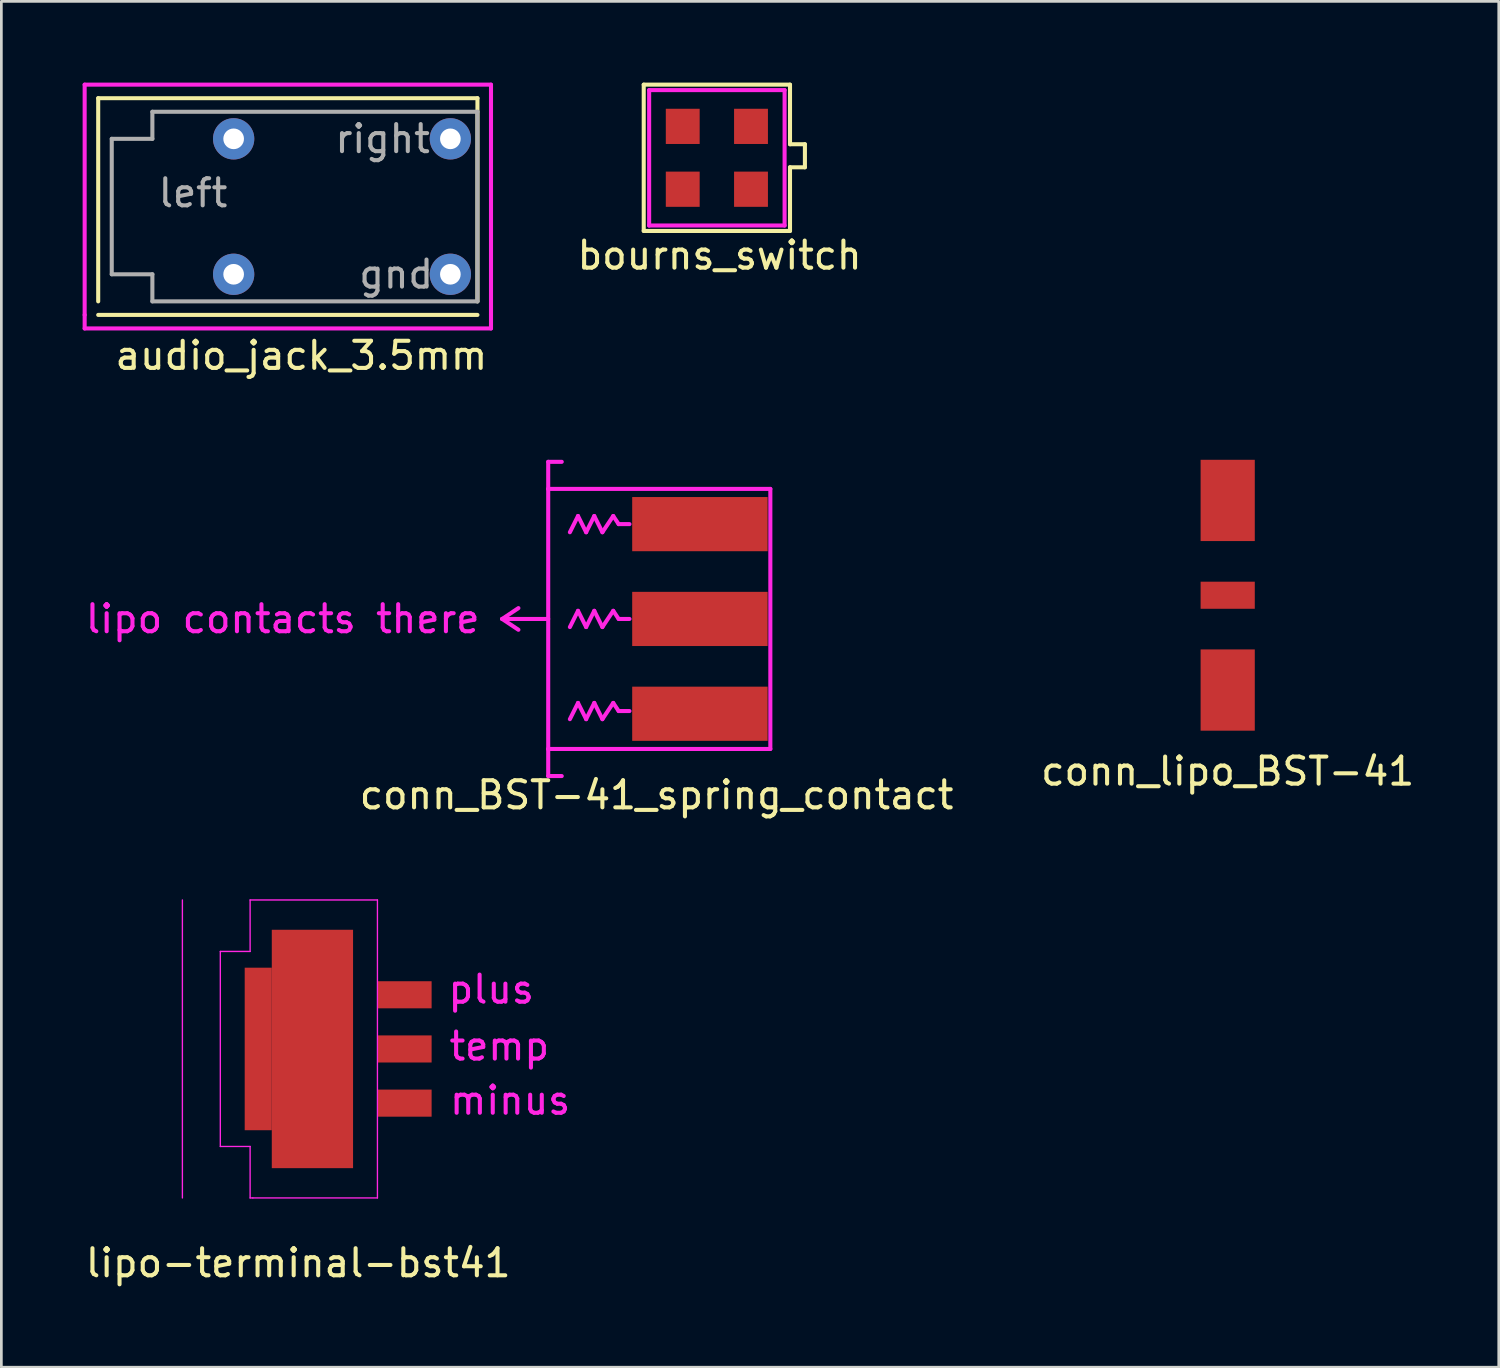
<source format=kicad_pcb>
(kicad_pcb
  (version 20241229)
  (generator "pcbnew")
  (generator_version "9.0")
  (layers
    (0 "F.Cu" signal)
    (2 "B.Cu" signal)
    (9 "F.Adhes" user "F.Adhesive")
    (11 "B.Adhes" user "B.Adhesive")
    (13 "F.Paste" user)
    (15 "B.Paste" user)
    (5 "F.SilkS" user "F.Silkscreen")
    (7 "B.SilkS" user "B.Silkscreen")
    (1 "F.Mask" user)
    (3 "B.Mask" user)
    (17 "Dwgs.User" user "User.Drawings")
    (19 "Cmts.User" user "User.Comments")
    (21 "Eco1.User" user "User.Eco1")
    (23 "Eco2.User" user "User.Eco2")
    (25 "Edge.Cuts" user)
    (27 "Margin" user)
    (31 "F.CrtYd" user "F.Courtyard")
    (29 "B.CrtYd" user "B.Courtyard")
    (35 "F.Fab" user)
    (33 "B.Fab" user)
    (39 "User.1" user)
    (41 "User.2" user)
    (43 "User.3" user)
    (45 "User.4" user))
  (footprint "audio_jack_3.5mm"
    (layer "F.Cu")
    (at 9.575 4.575)
    (property "Reference" "audio_jack_3.5mm" (at -1.5 5.5 0) (layer "F.SilkS") (effects (font (size 1 1) (thickness 0.15))))
    (attr through_hole)
    (fp_line (start -9 -4) (end -9 3.5) (stroke (width 0.15) (type solid)) (layer "F.SilkS"))
    (fp_line (start -9 4) (end 5 4) (stroke (width 0.15) (type solid)) (layer "F.SilkS"))
    (fp_line (start 5 -4) (end -9 -4) (stroke (width 0.15) (type solid)) (layer "F.SilkS"))
    (fp_line (start 5 3.5) (end 5 -4) (stroke (width 0.15) (type solid)) (layer "F.SilkS"))
    (fp_line (start -9.5 -4.5) (end 5.5 -4.5) (stroke (width 0.15) (type solid)) (layer "F.CrtYd"))
    (fp_line (start -9.5 4) (end -9.5 -4.5) (stroke (width 0.15) (type solid)) (layer "F.CrtYd"))
    (fp_line (start -9.5 4) (end -9.5 4.5) (stroke (width 0.15) (type solid)) (layer "F.CrtYd"))
    (fp_line (start 5.5 -4.5) (end 5.5 4) (stroke (width 0.15) (type solid)) (layer "F.CrtYd"))
    (fp_line (start 5.5 4.5) (end -9.5 4.5) (stroke (width 0.15) (type solid)) (layer "F.CrtYd"))
    (fp_line (start 5.5 4.5) (end 5.5 4) (stroke (width 0.15) (type solid)) (layer "F.CrtYd"))
    (fp_line (start -8.5 -2.5) (end -7 -2.5) (stroke (width 0.15) (type solid)) (layer "F.Fab"))
    (fp_line (start -8.5 2.5) (end -8.5 -2.5) (stroke (width 0.15) (type solid)) (layer "F.Fab"))
    (fp_line (start -7 -3.5) (end 5 -3.5) (stroke (width 0.15) (type solid)) (layer "F.Fab"))
    (fp_line (start -7 -2.5) (end -7 -3.5) (stroke (width 0.15) (type solid)) (layer "F.Fab"))
    (fp_line (start -7 2.5) (end -8.5 2.5) (stroke (width 0.15) (type solid)) (layer "F.Fab"))
    (fp_line (start -7 3.5) (end -7 2.5) (stroke (width 0.15) (type solid)) (layer "F.Fab"))
    (fp_line (start 5 -3.5) (end 5 3.5) (stroke (width 0.15) (type solid)) (layer "F.Fab"))
    (fp_line (start 5 3.5) (end -7 3.5) (stroke (width 0.15) (type solid)) (layer "F.Fab"))
    (fp_text user "gnd" (at 2 2.5 0) (layer "F.Fab") (effects (font (size 1 1) (thickness 0.15))))
    (fp_text user "left" (at -5.5 -0.5 0) (layer "F.Fab") (effects (font (size 1 1) (thickness 0.15))))
    (fp_text user "right" (at 1.5 -2.5 0) (layer "F.Fab") (effects (font (size 1 1) (thickness 0.15))))
    (pad "1" thru_hole circle (at 4 2.5) (size 1.524 1.524) (drill 0.762) (layers "*.Cu" "*.Mask"))
    (pad "2" thru_hole circle (at -4 -2.5) (size 1.524 1.524) (drill 0.762) (layers "*.Cu" "*.Mask"))
    (pad "2" thru_hole circle (at -4 2.5) (size 1.524 1.524) (drill 0.762) (layers "*.Cu" "*.Mask"))
    (pad "3" thru_hole circle (at 4 -2.5) (size 1.524 1.524) (drill 0.762) (layers "*.Cu" "*.Mask")))
  (footprint "lipo-terminal-bst41"
    (layer "F.Cu")
    (at 7.983 35.672)
    (property "Reference" "lipo-terminal-bst41" (at -0.025 7.9 0) (layer "F.SilkS") (effects (font (size 1 1) (thickness 0.15))))
    (attr through_hole)
    (fp_line (start -4.3 5.5) (end -4.3 -5.5) (stroke (width 0.05) (type solid)) (layer "F.CrtYd"))
    (fp_line (start -2.9 -3.6) (end -1.8 -3.6) (stroke (width 0.05) (type solid)) (layer "F.CrtYd"))
    (fp_line (start -2.9 3.6) (end -2.9 -3.6) (stroke (width 0.05) (type solid)) (layer "F.CrtYd"))
    (fp_line (start -1.8 -5.5) (end 2.9 -5.5) (stroke (width 0.05) (type solid)) (layer "F.CrtYd"))
    (fp_line (start -1.8 -3.6) (end -1.8 -5.5) (stroke (width 0.05) (type solid)) (layer "F.CrtYd"))
    (fp_line (start -1.8 3.6) (end -2.9 3.6) (stroke (width 0.05) (type solid)) (layer "F.CrtYd"))
    (fp_line (start -1.8 5.5) (end -1.8 3.6) (stroke (width 0.05) (type solid)) (layer "F.CrtYd"))
    (fp_line (start -1.7 5.5) (end -1.8 5.5) (stroke (width 0.05) (type solid)) (layer "F.CrtYd"))
    (fp_line (start 2.9 -5.5) (end 2.9 5.5) (stroke (width 0.05) (type solid)) (layer "F.CrtYd"))
    (fp_line (start 2.9 5.5) (end -1.7 5.5) (stroke (width 0.05) (type solid)) (layer "F.CrtYd"))
    (fp_text user "temp" (at 7.4 -0.1 0) (layer "F.CrtYd") (effects (font (size 1 1) (thickness 0.15))))
    (fp_text user "minus" (at 7.8 1.9 0) (layer "F.CrtYd") (effects (font (size 1 1) (thickness 0.15))))
    (fp_text user "plus" (at 7.1 -2.2 0) (layer "F.CrtYd") (effects (font (size 1 1) (thickness 0.15))))
    (pad "" smd rect (at -1.5 0) (size 1 6) (layers "F.Cu" "F.Mask" "F.Paste"))
    (pad "" smd rect (at 0.5 0) (size 3 8.8) (layers "F.Cu" "F.Mask" "F.Paste"))
    (pad "1" smd rect (at 3.9 -2) (size 2 1) (layers "F.Cu" "F.Mask" "F.Paste"))
    (pad "2" smd rect (at 3.9 0) (size 2 1) (layers "F.Cu" "F.Mask" "F.Paste"))
    (pad "3" smd rect (at 3.9 2) (size 2 1) (layers "F.Cu" "F.Mask" "F.Paste")))
  (footprint "bourns_switch"
    (layer "F.Cu")
    (at 23.413 2.775)
    (property "Reference" "bourns_switch" (at 0.1 3.6 0) (layer "F.SilkS") (effects (font (size 1 1) (thickness 0.15))))
    (attr through_hole)
    (fp_line (start -2.7 -2.7) (end 2.7 -2.7) (stroke (width 0.15) (type solid)) (layer "F.SilkS"))
    (fp_line (start -2.7 2.7) (end -2.7 -2.7) (stroke (width 0.15) (type solid)) (layer "F.SilkS"))
    (fp_line (start 2.7 -2.7) (end 2.7 -0.5) (stroke (width 0.15) (type solid)) (layer "F.SilkS"))
    (fp_line (start 2.7 -0.5) (end 3.25 -0.5) (stroke (width 0.15) (type solid)) (layer "F.SilkS"))
    (fp_line (start 2.7 0.35) (end 2.7 2.7) (stroke (width 0.15) (type solid)) (layer "F.SilkS"))
    (fp_line (start 2.7 2.7) (end -2.7 2.7) (stroke (width 0.15) (type solid)) (layer "F.SilkS"))
    (fp_line (start 3.25 -0.5) (end 3.25 0.35) (stroke (width 0.15) (type solid)) (layer "F.SilkS"))
    (fp_line (start 3.25 0.35) (end 2.7 0.35) (stroke (width 0.15) (type solid)) (layer "F.SilkS"))
    (fp_line (start -2.5 -2.5) (end 2.5 -2.5) (stroke (width 0.15) (type solid)) (layer "F.CrtYd"))
    (fp_line (start -2.5 2.5) (end -2.5 -2.5) (stroke (width 0.15) (type solid)) (layer "F.CrtYd"))
    (fp_line (start 2.5 -2.5) (end 2.5 2.5) (stroke (width 0.15) (type solid)) (layer "F.CrtYd"))
    (fp_line (start 2.5 2.5) (end -2.5 2.5) (stroke (width 0.15) (type solid)) (layer "F.CrtYd"))
    (pad "1" smd rect (at -1.26 -1.16) (size 1.25 1.3) (layers "F.Cu" "F.Mask" "F.Paste"))
    (pad "1" smd rect (at 1.26 -1.16) (size 1.25 1.3) (layers "F.Cu" "F.Mask" "F.Paste"))
    (pad "2" smd rect (at -1.26 1.16) (size 1.25 1.3) (layers "F.Cu" "F.Mask" "F.Paste"))
    (pad "2" smd rect (at 1.26 1.16) (size 1.25 1.3) (layers "F.Cu" "F.Mask" "F.Paste")))
  (footprint "conn_lipo_BST-41"
    (layer "F.Cu")
    (at 42.27 18.923)
    (property "Reference" "conn_lipo_BST-41" (at 0 6.5 0) (layer "F.SilkS") (effects (font (size 1 1) (thickness 0.15))))
    (attr through_hole)
    (pad "1" smd rect (at 0 -3.5) (size 2 3) (layers "F.Cu" "F.Mask" "F.Paste"))
    (pad "2" smd rect (at 0 3.5) (size 2 3) (layers "F.Cu" "F.Mask" "F.Paste"))
    (pad "3" smd rect (at 0 0) (size 2 1) (layers "F.Cu" "F.Mask" "F.Paste")))
  (footprint "conn_BST-41_spring_contact"
    (layer "F.Cu")
    (at 21.187 19.798)
    (property "Reference" "conn_BST-41_spring_contact" (at 0 6.5 0) (layer "F.SilkS") (effects (font (size 1 1) (thickness 0.15))))
    (attr through_hole)
    (fp_line (start -5.7 0) (end -5.1 -0.4) (stroke (width 0.15) (type solid)) (layer "F.CrtYd"))
    (fp_line (start -5.7 0) (end -5.1 0.4) (stroke (width 0.15) (type solid)) (layer "F.CrtYd"))
    (fp_line (start -4 -5.8) (end -3.5 -5.8) (stroke (width 0.15) (type solid)) (layer "F.CrtYd"))
    (fp_line (start -4 -4.8) (end -4 -5.8) (stroke (width 0.15) (type solid)) (layer "F.CrtYd"))
    (fp_line (start -4 -4.8) (end -4 4.8) (stroke (width 0.15) (type solid)) (layer "F.CrtYd"))
    (fp_line (start -4 0) (end -5.7 0) (stroke (width 0.15) (type solid)) (layer "F.CrtYd"))
    (fp_line (start -4 4.8) (end -4 5.8) (stroke (width 0.15) (type solid)) (layer "F.CrtYd"))
    (fp_line (start -4 4.8) (end 4.2 4.8) (stroke (width 0.15) (type solid)) (layer "F.CrtYd"))
    (fp_line (start -4 5.8) (end -3.5 5.8) (stroke (width 0.15) (type solid)) (layer "F.CrtYd"))
    (fp_line (start -2.9 -3.8) (end -3.2 -3.2) (stroke (width 0.15) (type solid)) (layer "F.CrtYd"))
    (fp_line (start -2.9 -0.3) (end -3.2 0.3) (stroke (width 0.15) (type solid)) (layer "F.CrtYd"))
    (fp_line (start -2.9 3.1) (end -3.2 3.7) (stroke (width 0.15) (type solid)) (layer "F.CrtYd"))
    (fp_line (start -2.6 -3.2) (end -2.9 -3.8) (stroke (width 0.15) (type solid)) (layer "F.CrtYd"))
    (fp_line (start -2.6 0.3) (end -2.9 -0.3) (stroke (width 0.15) (type solid)) (layer "F.CrtYd"))
    (fp_line (start -2.6 3.7) (end -2.9 3.1) (stroke (width 0.15) (type solid)) (layer "F.CrtYd"))
    (fp_line (start -2.3 -3.8) (end -2.6 -3.2) (stroke (width 0.15) (type solid)) (layer "F.CrtYd"))
    (fp_line (start -2.3 -0.3) (end -2.6 0.3) (stroke (width 0.15) (type solid)) (layer "F.CrtYd"))
    (fp_line (start -2.3 3.1) (end -2.6 3.7) (stroke (width 0.15) (type solid)) (layer "F.CrtYd"))
    (fp_line (start -2 -3.2) (end -2.3 -3.8) (stroke (width 0.15) (type solid)) (layer "F.CrtYd"))
    (fp_line (start -2 0.3) (end -2.3 -0.3) (stroke (width 0.15) (type solid)) (layer "F.CrtYd"))
    (fp_line (start -2 3.7) (end -2.3 3.1) (stroke (width 0.15) (type solid)) (layer "F.CrtYd"))
    (fp_line (start -1.6 -3.8) (end -2 -3.2) (stroke (width 0.15) (type solid)) (layer "F.CrtYd"))
    (fp_line (start -1.6 -0.3) (end -2 0.3) (stroke (width 0.15) (type solid)) (layer "F.CrtYd"))
    (fp_line (start -1.6 3.1) (end -2 3.7) (stroke (width 0.15) (type solid)) (layer "F.CrtYd"))
    (fp_line (start -1.4 -3.5) (end -1.6 -3.8) (stroke (width 0.15) (type solid)) (layer "F.CrtYd"))
    (fp_line (start -1.4 0) (end -1.6 -0.3) (stroke (width 0.15) (type solid)) (layer "F.CrtYd"))
    (fp_line (start -1.4 3.4) (end -1.6 3.1) (stroke (width 0.15) (type solid)) (layer "F.CrtYd"))
    (fp_line (start -1 -3.5) (end -1.4 -3.5) (stroke (width 0.15) (type solid)) (layer "F.CrtYd"))
    (fp_line (start -1 0) (end -1.4 0) (stroke (width 0.15) (type solid)) (layer "F.CrtYd"))
    (fp_line (start -1 3.4) (end -1.4 3.4) (stroke (width 0.15) (type solid)) (layer "F.CrtYd"))
    (fp_line (start 4.2 -4.8) (end -4 -4.8) (stroke (width 0.15) (type solid)) (layer "F.CrtYd"))
    (fp_line (start 4.2 4.8) (end 4.2 -4.8) (stroke (width 0.15) (type solid)) (layer "F.CrtYd"))
    (fp_text user "lipo contacts there" (at -13.8 0 0) (layer "F.CrtYd") (effects (font (size 1 1) (thickness 0.15))))
    (pad "1" smd rect (at 1.6 -3.5) (size 5 2) (layers "F.Cu" "F.Mask" "F.Paste"))
    (pad "2" smd rect (at 1.6 3.5) (size 5 2) (layers "F.Cu" "F.Mask" "F.Paste"))
    (pad "3" smd rect (at 1.6 0) (size 5 2) (layers "F.Cu" "F.Mask" "F.Paste")))
  (gr_rect
    (start -3 -3)
    (end 52.276 47.42)
    (stroke (width 0.1) (type default))
    (fill no)
    (layer "Edge.Cuts")))
</source>
